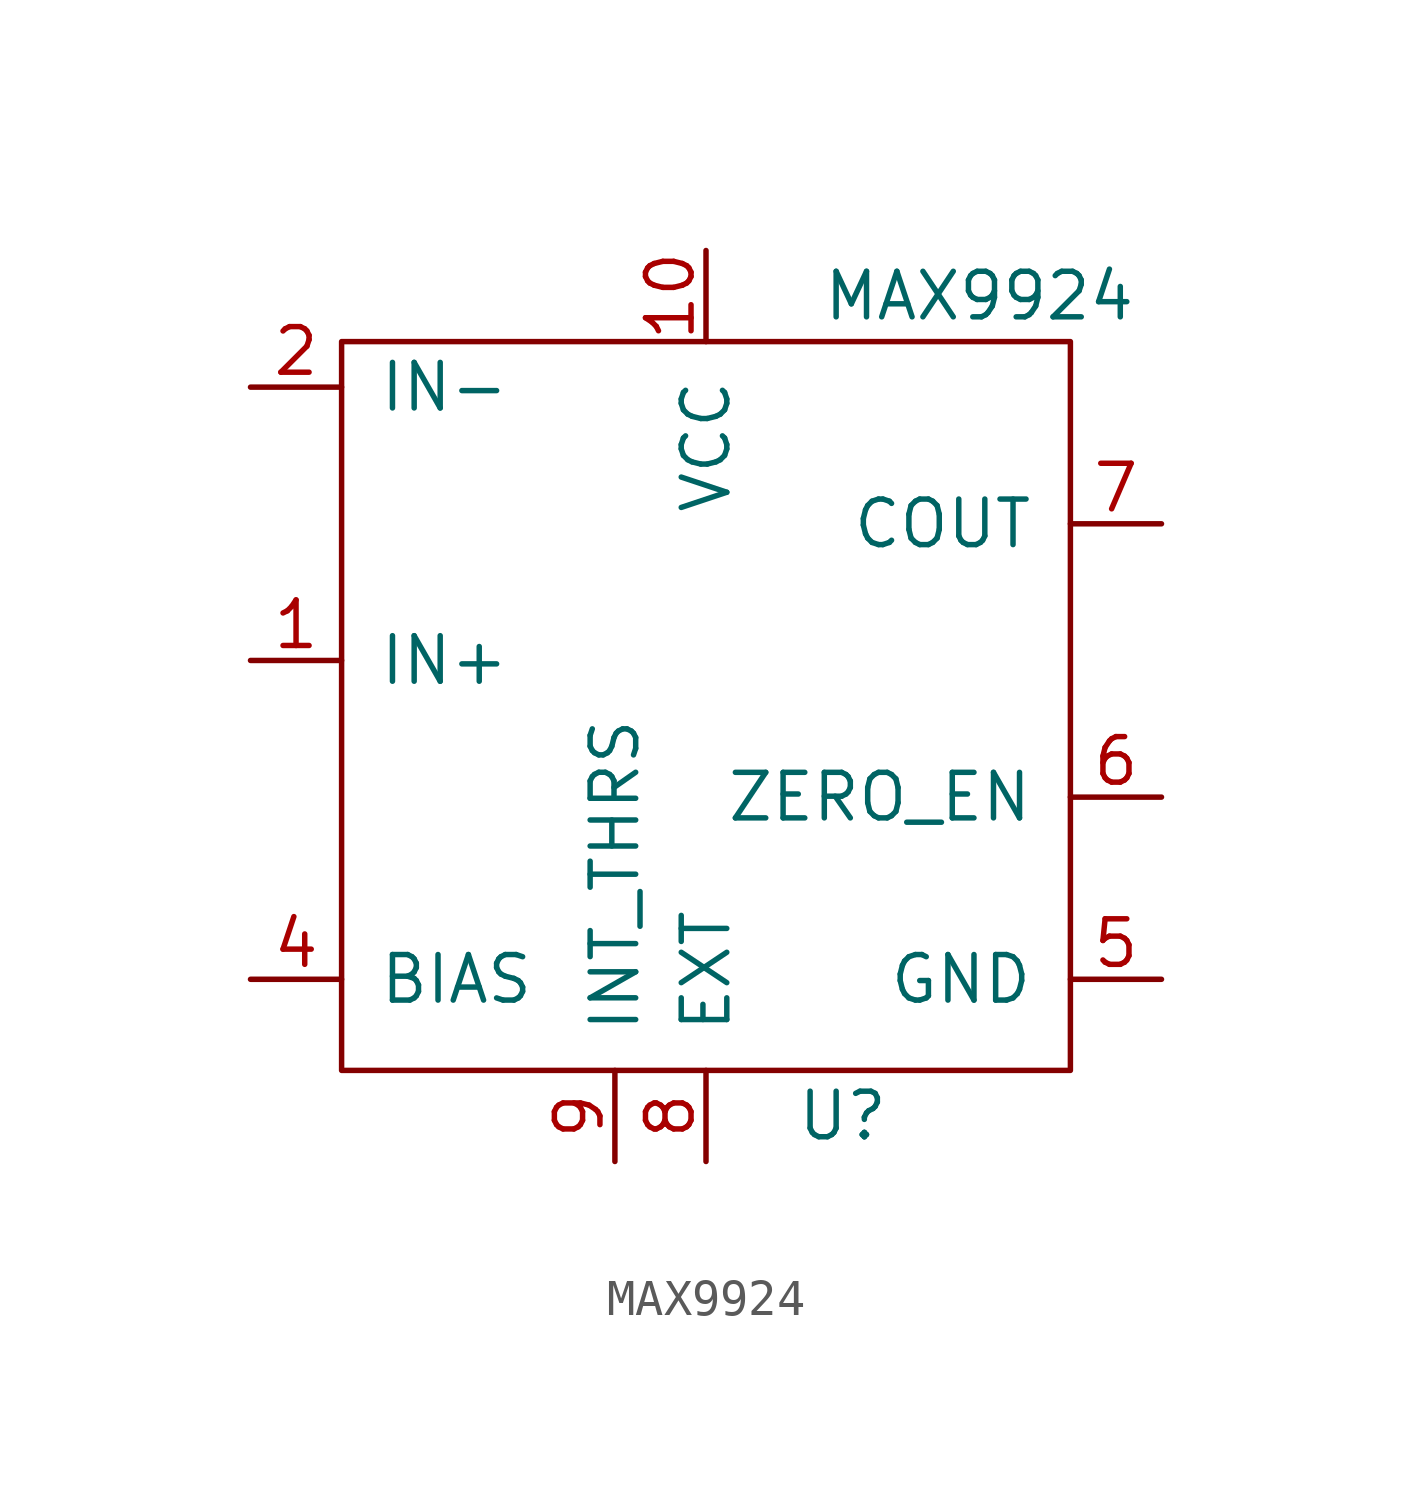
<source format=kicad_sym>
(kicad_symbol_lib
  (version 20241209)
  (generator "kicad_symbol_editor")
  (generator_version "9.0")
  (symbol "MAX9924"
    (pin_names
      (offset 1.016))
    (property "Reference" "U"
      (at 3.81 -11.43 0)
      (effects (font (size 1.27 1.27))))
    (property "Value" "MAX9924"
      (at 7.62 11.43 0)
      (effects (font (size 1.27 1.27))))
    (symbol "MAX9924_0_1"
      (rectangle (start -10.16 10.16) (end 10.16 -10.16) (stroke (width 0) (type solid)) (fill (type none))))
    (symbol "MAX9924_1_1"
      (pin input line (at -12.7 8.89 0) (length 2.54) (name "IN-" (effects (font (size 1.27 1.27)))) (number "2" (effects (font (size 1.27 1.27)))))
      (pin input line (at -12.7 1.27 0) (length 2.54) (name "IN+" (effects (font (size 1.27 1.27)))) (number "1" (effects (font (size 1.27 1.27)))))
      (pin input line (at -12.7 -7.62 0) (length 2.54) (name "BIAS" (effects (font (size 1.27 1.27)))) (number "4" (effects (font (size 1.27 1.27)))))
      (pin input line (at -2.54 -12.7 90) (length 2.54) (name "INT_THRS" (effects (font (size 1.27 1.27)))) (number "9" (effects (font (size 1.27 1.27)))))
      (pin power_in line (at 0 12.7 270) (length 2.54) (name "VCC" (effects (font (size 1.27 1.27)))) (number "10" (effects (font (size 1.27 1.27)))))
      (pin no_connect line (at 0 -5.08 0) (length 2.54) (hide yes) (name "~" (effects (font (size 1.27 1.27)))) (number "3" (effects (font (size 1.27 1.27)))))
      (pin input line (at 0 -12.7 90) (length 2.54) (name "EXT" (effects (font (size 1.27 1.27)))) (number "8" (effects (font (size 1.27 1.27)))))
      (pin output line (at 12.7 5.08 180) (length 2.54) (name "COUT" (effects (font (size 1.27 1.27)))) (number "7" (effects (font (size 1.27 1.27)))))
      (pin input line (at 12.7 -2.54 180) (length 2.54) (name "ZERO_EN" (effects (font (size 1.27 1.27)))) (number "6" (effects (font (size 1.27 1.27)))))
      (pin power_in line (at 12.7 -7.62 180) (length 2.54) (name "GND" (effects (font (size 1.27 1.27)))) (number "5" (effects (font (size 1.27 1.27))))))))
</source>
